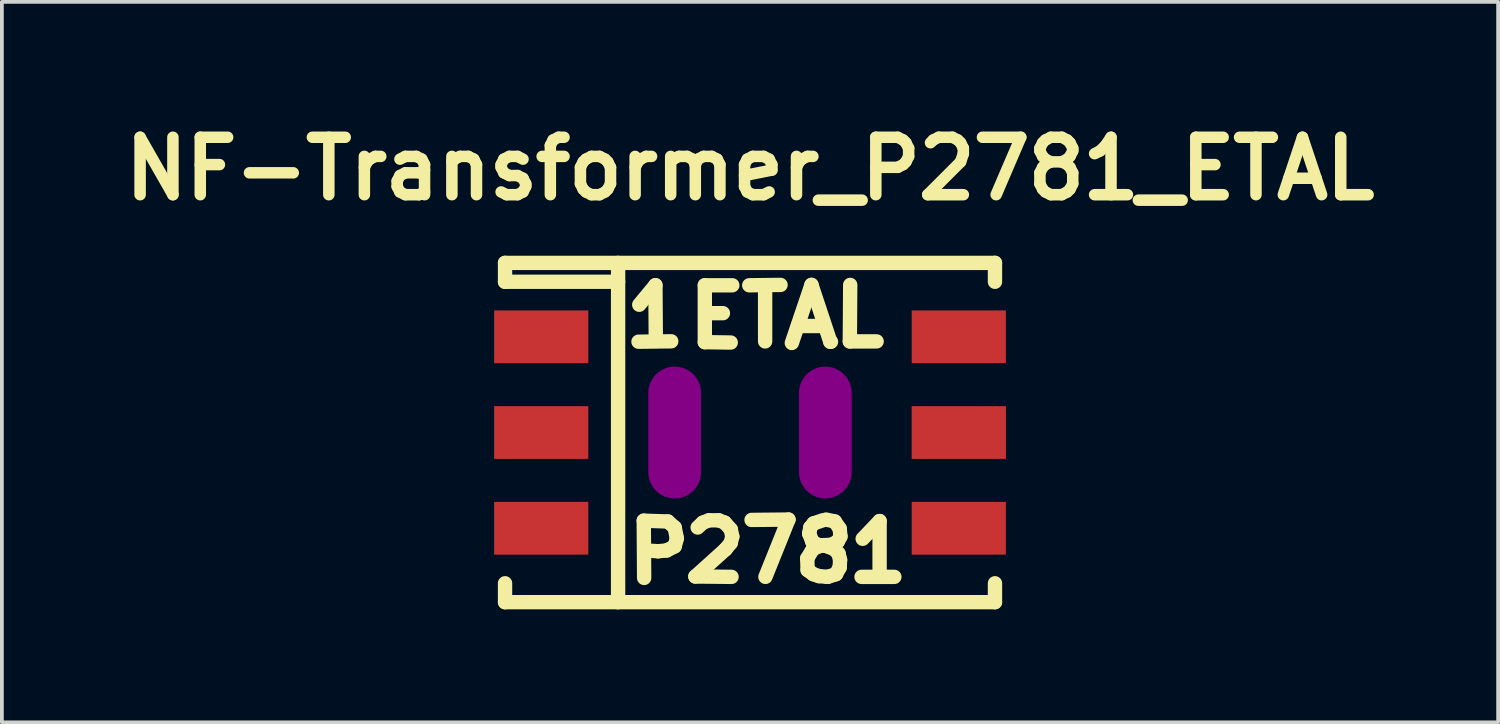
<source format=kicad_pcb>
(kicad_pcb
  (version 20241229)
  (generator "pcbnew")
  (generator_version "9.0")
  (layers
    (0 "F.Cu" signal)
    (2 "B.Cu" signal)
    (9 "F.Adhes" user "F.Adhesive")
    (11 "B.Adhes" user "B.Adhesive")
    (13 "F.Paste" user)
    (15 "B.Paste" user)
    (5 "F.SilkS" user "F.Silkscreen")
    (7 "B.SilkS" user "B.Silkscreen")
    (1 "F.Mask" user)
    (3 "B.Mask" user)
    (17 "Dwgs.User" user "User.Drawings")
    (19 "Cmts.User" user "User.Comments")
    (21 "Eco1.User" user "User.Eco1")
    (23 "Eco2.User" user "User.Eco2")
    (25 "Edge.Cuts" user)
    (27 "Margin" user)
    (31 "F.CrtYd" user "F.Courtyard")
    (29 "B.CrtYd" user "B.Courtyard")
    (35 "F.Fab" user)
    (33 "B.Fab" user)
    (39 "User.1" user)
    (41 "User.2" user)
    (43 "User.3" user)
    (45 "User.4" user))
  (footprint "NF-Transformer_P2781_ETAL"
    (layer "F.Cu")
    (at 16.851 8.427)
    (property "Reference" "NF-Transformer_P2781_ETAL" (at 0 -7 0) (layer "F.SilkS") (effects (font (size 1.524 1.524) (thickness 0.305))))
    (attr smd)
    (fp_line (start -6.5 -4.501) (end -6.5 -4) (stroke (width 0.381) (type solid)) (layer "F.SilkS"))
    (fp_line (start -6.5 -4.501) (end 6.5 -4.501) (stroke (width 0.381) (type solid)) (layer "F.SilkS"))
    (fp_line (start -6.5 -4) (end -3.5 -4) (stroke (width 0.381) (type solid)) (layer "F.SilkS"))
    (fp_line (start -6.5 4.501) (end -6.5 4) (stroke (width 0.381) (type solid)) (layer "F.SilkS"))
    (fp_line (start -3.5 -4.501) (end -3.5 4.501) (stroke (width 0.381) (type solid)) (layer "F.SilkS"))
    (fp_line (start -2.959 -2.41) (end -2.09 -2.421) (stroke (width 0.381) (type solid)) (layer "F.SilkS"))
    (fp_line (start -2.939 -3.391) (end -2.51 -3.909) (stroke (width 0.381) (type solid)) (layer "F.SilkS"))
    (fp_line (start -2.819 2.339) (end -2.179 2.36) (stroke (width 0.381) (type solid)) (layer "F.SilkS"))
    (fp_line (start -2.809 3.858) (end -2.819 2.339) (stroke (width 0.381) (type solid)) (layer "F.SilkS"))
    (fp_line (start -2.51 -3.909) (end -2.499 -2.431) (stroke (width 0.381) (type solid)) (layer "F.SilkS"))
    (fp_line (start -2.441 3.15) (end -2.771 3.129) (stroke (width 0.381) (type solid)) (layer "F.SilkS"))
    (fp_line (start -2.21 3.129) (end -2.441 3.15) (stroke (width 0.381) (type solid)) (layer "F.SilkS"))
    (fp_line (start -2.179 2.36) (end -1.999 2.52) (stroke (width 0.381) (type solid)) (layer "F.SilkS"))
    (fp_line (start -1.999 2.52) (end -1.941 2.809) (stroke (width 0.381) (type solid)) (layer "F.SilkS"))
    (fp_line (start -1.999 3.02) (end -2.21 3.129) (stroke (width 0.381) (type solid)) (layer "F.SilkS"))
    (fp_line (start -1.941 2.809) (end -1.999 3.02) (stroke (width 0.381) (type solid)) (layer "F.SilkS"))
    (fp_line (start -1.45 3.82) (end -0.49 3.83) (stroke (width 0.381) (type solid)) (layer "F.SilkS"))
    (fp_line (start -1.389 2.52) (end -1.25 2.39) (stroke (width 0.381) (type solid)) (layer "F.SilkS"))
    (fp_line (start -1.25 2.39) (end -1.09 2.329) (stroke (width 0.381) (type solid)) (layer "F.SilkS"))
    (fp_line (start -1.199 -3.907) (end -1.199 -2.398) (stroke (width 0.381) (type solid)) (layer "F.SilkS"))
    (fp_line (start -1.199 -2.398) (end -0.511 -2.388) (stroke (width 0.381) (type solid)) (layer "F.SilkS"))
    (fp_line (start -1.171 -3.167) (end -0.719 -3.167) (stroke (width 0.381) (type solid)) (layer "F.SilkS"))
    (fp_line (start -1.09 2.329) (end -0.831 2.329) (stroke (width 0.381) (type solid)) (layer "F.SilkS"))
    (fp_line (start -0.831 2.329) (end -0.671 2.39) (stroke (width 0.381) (type solid)) (layer "F.SilkS"))
    (fp_line (start -0.671 2.39) (end -0.511 2.57) (stroke (width 0.381) (type solid)) (layer "F.SilkS"))
    (fp_line (start -0.65 3.099) (end -1.45 3.82) (stroke (width 0.381) (type solid)) (layer "F.SilkS"))
    (fp_line (start -0.511 2.57) (end -0.47 2.758) (stroke (width 0.381) (type solid)) (layer "F.SilkS"))
    (fp_line (start -0.511 2.929) (end -0.65 3.099) (stroke (width 0.381) (type solid)) (layer "F.SilkS"))
    (fp_line (start -0.47 -3.907) (end -1.199 -3.907) (stroke (width 0.381) (type solid)) (layer "F.SilkS"))
    (fp_line (start -0.47 2.758) (end -0.511 2.929) (stroke (width 0.381) (type solid)) (layer "F.SilkS"))
    (fp_line (start -0.02 -3.907) (end 0.81 -3.917) (stroke (width 0.381) (type solid)) (layer "F.SilkS"))
    (fp_line (start 0.041 2.319) (end 1.021 2.309) (stroke (width 0.381) (type solid)) (layer "F.SilkS"))
    (fp_line (start 0.401 -3.886) (end 0.401 -2.418) (stroke (width 0.381) (type solid)) (layer "F.SilkS"))
    (fp_line (start 1.021 2.309) (end 0.409 3.83) (stroke (width 0.381) (type solid)) (layer "F.SilkS"))
    (fp_line (start 1.11 -2.377) (end 1.631 -3.917) (stroke (width 0.381) (type solid)) (layer "F.SilkS"))
    (fp_line (start 1.27 -2.827) (end 1.92 -2.827) (stroke (width 0.381) (type solid)) (layer "F.SilkS"))
    (fp_line (start 1.519 3.34) (end 1.529 3.65) (stroke (width 0.381) (type solid)) (layer "F.SilkS"))
    (fp_line (start 1.529 3.65) (end 1.679 3.759) (stroke (width 0.381) (type solid)) (layer "F.SilkS"))
    (fp_line (start 1.57 2.68) (end 1.6 2.52) (stroke (width 0.381) (type solid)) (layer "F.SilkS"))
    (fp_line (start 1.6 2.52) (end 1.689 2.41) (stroke (width 0.381) (type solid)) (layer "F.SilkS"))
    (fp_line (start 1.631 -3.917) (end 2.131 -2.408) (stroke (width 0.381) (type solid)) (layer "F.SilkS"))
    (fp_line (start 1.651 2.891) (end 1.57 2.68) (stroke (width 0.381) (type solid)) (layer "F.SilkS"))
    (fp_line (start 1.669 3.089) (end 1.519 3.34) (stroke (width 0.381) (type solid)) (layer "F.SilkS"))
    (fp_line (start 1.679 3.759) (end 1.829 3.81) (stroke (width 0.381) (type solid)) (layer "F.SilkS"))
    (fp_line (start 1.689 2.41) (end 1.93 2.329) (stroke (width 0.381) (type solid)) (layer "F.SilkS"))
    (fp_line (start 1.791 2.979) (end 1.651 2.891) (stroke (width 0.381) (type solid)) (layer "F.SilkS"))
    (fp_line (start 1.829 3.81) (end 2.06 3.83) (stroke (width 0.381) (type solid)) (layer "F.SilkS"))
    (fp_line (start 1.9 2.99) (end 1.669 3.089) (stroke (width 0.381) (type solid)) (layer "F.SilkS"))
    (fp_line (start 2.019 2.309) (end 2.25 2.36) (stroke (width 0.381) (type solid)) (layer "F.SilkS"))
    (fp_line (start 2.019 3.01) (end 1.791 2.979) (stroke (width 0.381) (type solid)) (layer "F.SilkS"))
    (fp_line (start 2.06 3.83) (end 2.281 3.759) (stroke (width 0.381) (type solid)) (layer "F.SilkS"))
    (fp_line (start 2.131 -2.408) (end 2.149 -2.408) (stroke (width 0.381) (type solid)) (layer "F.SilkS"))
    (fp_line (start 2.159 2.979) (end 1.9 2.99) (stroke (width 0.381) (type solid)) (layer "F.SilkS"))
    (fp_line (start 2.23 3.089) (end 2.019 3.01) (stroke (width 0.381) (type solid)) (layer "F.SilkS"))
    (fp_line (start 2.25 2.36) (end 2.38 2.55) (stroke (width 0.381) (type solid)) (layer "F.SilkS"))
    (fp_line (start 2.281 3.759) (end 2.38 3.579) (stroke (width 0.381) (type solid)) (layer "F.SilkS"))
    (fp_line (start 2.329 2.891) (end 2.159 2.979) (stroke (width 0.381) (type solid)) (layer "F.SilkS"))
    (fp_line (start 2.349 3.211) (end 2.23 3.089) (stroke (width 0.381) (type solid)) (layer "F.SilkS"))
    (fp_line (start 2.38 2.55) (end 2.4 2.758) (stroke (width 0.381) (type solid)) (layer "F.SilkS"))
    (fp_line (start 2.38 3.579) (end 2.39 3.378) (stroke (width 0.381) (type solid)) (layer "F.SilkS"))
    (fp_line (start 2.39 3.378) (end 2.349 3.211) (stroke (width 0.381) (type solid)) (layer "F.SilkS"))
    (fp_line (start 2.4 2.758) (end 2.329 2.891) (stroke (width 0.381) (type solid)) (layer "F.SilkS"))
    (fp_line (start 2.649 -2.418) (end 3.36 -2.418) (stroke (width 0.381) (type solid)) (layer "F.SilkS"))
    (fp_line (start 2.659 -3.917) (end 2.649 -2.418) (stroke (width 0.381) (type solid)) (layer "F.SilkS"))
    (fp_line (start 2.959 3.83) (end 3.83 3.83) (stroke (width 0.381) (type solid)) (layer "F.SilkS"))
    (fp_line (start 2.99 2.819) (end 3.439 2.349) (stroke (width 0.381) (type solid)) (layer "F.SilkS"))
    (fp_line (start 3.439 2.349) (end 3.439 3.83) (stroke (width 0.381) (type solid)) (layer "F.SilkS"))
    (fp_line (start 6.5 -4.501) (end 6.5 -4) (stroke (width 0.381) (type solid)) (layer "F.SilkS"))
    (fp_line (start 6.5 4.501) (end -6.5 4.501) (stroke (width 0.381) (type solid)) (layer "F.SilkS"))
    (fp_line (start 6.5 4.501) (end 6.5 4) (stroke (width 0.381) (type solid)) (layer "F.SilkS"))
    (pad "" smd oval (at -1.999 0 90) (size 3.5 1.4) (layers "F.Adhes"))
    (pad "" smd oval (at 1.999 0 90) (size 3.5 1.4) (layers "F.Adhes"))
    (pad "1" smd rect (at -5.54 -2.54) (size 2.499 1.4) (layers "F.Cu" "F.Mask" "F.Paste"))
    (pad "2" smd rect (at -5.54 0) (size 2.499 1.4) (layers "F.Cu" "F.Mask" "F.Paste"))
    (pad "3" smd rect (at -5.54 2.54) (size 2.499 1.4) (layers "F.Cu" "F.Mask" "F.Paste"))
    (pad "4" smd rect (at 5.54 2.54) (size 2.499 1.4) (layers "F.Cu" "F.Mask" "F.Paste"))
    (pad "5" smd rect (at 5.54 0) (size 2.502 1.4) (layers "F.Cu" "F.Mask" "F.Paste"))
    (pad "6" smd rect (at 5.54 -2.54) (size 2.499 1.4) (layers "F.Cu" "F.Mask" "F.Paste")))
  (gr_rect
    (start -3 -3)
    (end 36.702 16.118)
    (stroke (width 0.1) (type default))
    (fill no)
    (layer "Edge.Cuts")))
</source>
